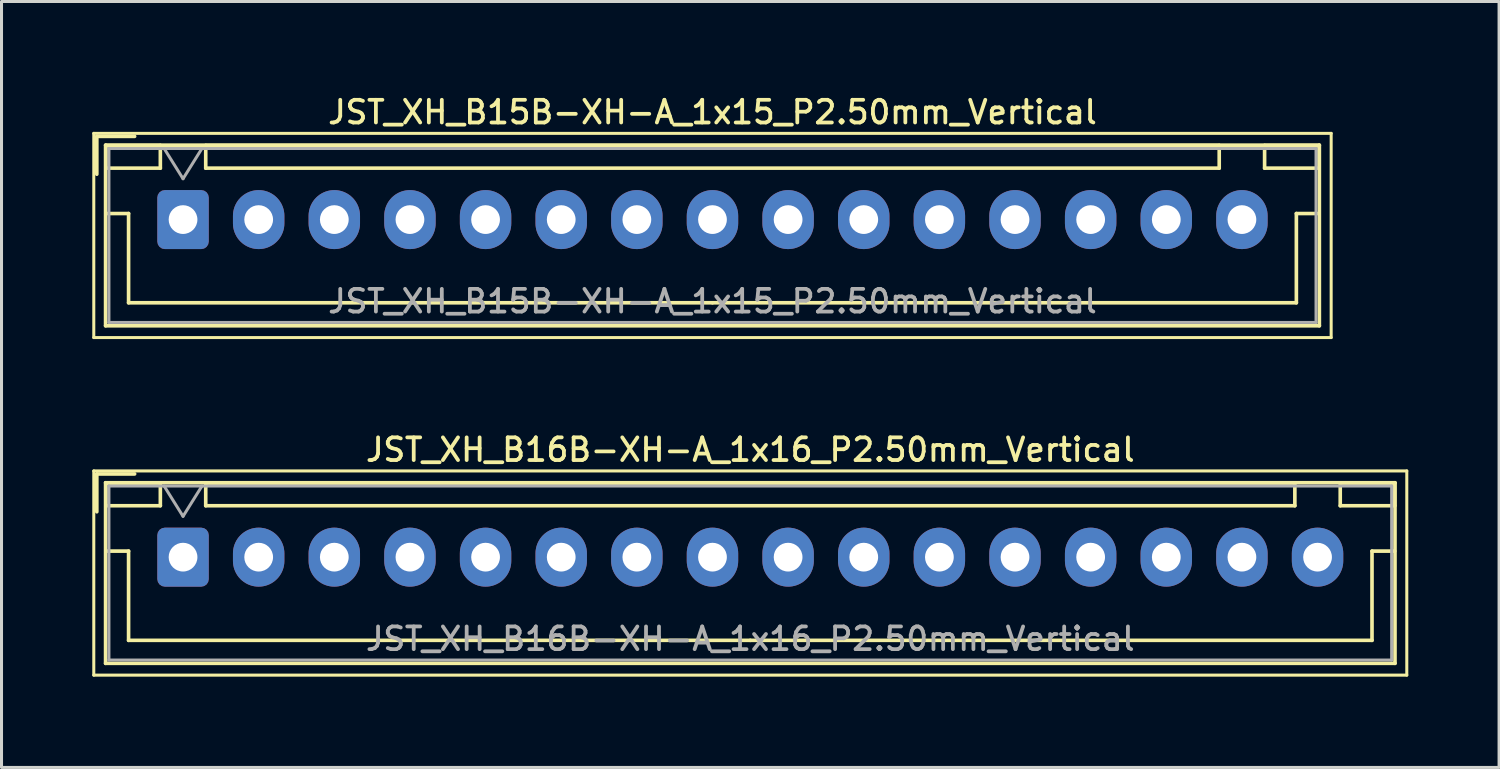
<source format=kicad_pcb>
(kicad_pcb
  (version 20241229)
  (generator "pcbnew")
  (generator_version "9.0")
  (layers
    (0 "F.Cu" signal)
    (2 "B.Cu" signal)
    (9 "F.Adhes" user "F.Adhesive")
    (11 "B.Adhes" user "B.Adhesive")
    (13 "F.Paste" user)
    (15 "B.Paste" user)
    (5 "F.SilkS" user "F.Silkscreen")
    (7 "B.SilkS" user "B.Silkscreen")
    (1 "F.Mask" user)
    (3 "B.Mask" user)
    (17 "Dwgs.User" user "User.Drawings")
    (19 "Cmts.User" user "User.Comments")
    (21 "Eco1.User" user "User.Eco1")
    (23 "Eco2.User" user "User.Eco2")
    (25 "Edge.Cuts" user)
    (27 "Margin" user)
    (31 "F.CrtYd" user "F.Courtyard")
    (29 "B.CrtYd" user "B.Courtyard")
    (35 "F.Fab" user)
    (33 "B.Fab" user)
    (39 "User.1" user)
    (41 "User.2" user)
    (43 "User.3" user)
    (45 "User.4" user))
  (footprint "JST_XH_B16B-XH-A_1x16_P2.50mm_Vertical"
    (layer "F.Cu")
    (at 3 15.366)
    (property "Reference" "JST_XH_B16B-XH-A_1x16_P2.50mm_Vertical" (at 18.75 -3.55 0) (layer "F.SilkS") (effects (font (size 0.75 0.75) (thickness 0.125))))
    (attr through_hole)
    (fp_line (start -2.95 -2.85) (end -2.95 3.9) (stroke (width 0.1) (type solid)) (layer "F.SilkS"))
    (fp_line (start -2.95 3.9) (end 40.45 3.9) (stroke (width 0.1) (type solid)) (layer "F.SilkS"))
    (fp_line (start -2.85 -2.75) (end -2.85 -1.5) (stroke (width 0.12) (type solid)) (layer "F.SilkS"))
    (fp_line (start -2.56 -2.46) (end -2.56 3.51) (stroke (width 0.12) (type solid)) (layer "F.SilkS"))
    (fp_line (start -2.56 3.51) (end 40.06 3.51) (stroke (width 0.12) (type solid)) (layer "F.SilkS"))
    (fp_line (start -2.55 -2.45) (end -2.55 -1.7) (stroke (width 0.12) (type solid)) (layer "F.SilkS"))
    (fp_line (start -2.55 -1.7) (end -0.75 -1.7) (stroke (width 0.12) (type solid)) (layer "F.SilkS"))
    (fp_line (start -2.55 -0.2) (end -1.8 -0.2) (stroke (width 0.12) (type solid)) (layer "F.SilkS"))
    (fp_line (start -1.8 -0.2) (end -1.8 2.75) (stroke (width 0.12) (type solid)) (layer "F.SilkS"))
    (fp_line (start -1.8 2.75) (end 18.75 2.75) (stroke (width 0.12) (type solid)) (layer "F.SilkS"))
    (fp_line (start -1.6 -2.75) (end -2.85 -2.75) (stroke (width 0.12) (type solid)) (layer "F.SilkS"))
    (fp_line (start -0.75 -2.45) (end -2.55 -2.45) (stroke (width 0.12) (type solid)) (layer "F.SilkS"))
    (fp_line (start -0.75 -1.7) (end -0.75 -2.45) (stroke (width 0.12) (type solid)) (layer "F.SilkS"))
    (fp_line (start 0.75 -2.45) (end 0.75 -1.7) (stroke (width 0.12) (type solid)) (layer "F.SilkS"))
    (fp_line (start 0.75 -1.7) (end 36.75 -1.7) (stroke (width 0.12) (type solid)) (layer "F.SilkS"))
    (fp_line (start 36.75 -2.45) (end 0.75 -2.45) (stroke (width 0.12) (type solid)) (layer "F.SilkS"))
    (fp_line (start 36.75 -1.7) (end 36.75 -2.45) (stroke (width 0.12) (type solid)) (layer "F.SilkS"))
    (fp_line (start 38.25 -2.45) (end 38.25 -1.7) (stroke (width 0.12) (type solid)) (layer "F.SilkS"))
    (fp_line (start 38.25 -1.7) (end 40.05 -1.7) (stroke (width 0.12) (type solid)) (layer "F.SilkS"))
    (fp_line (start 39.3 -0.2) (end 39.3 2.75) (stroke (width 0.12) (type solid)) (layer "F.SilkS"))
    (fp_line (start 39.3 2.75) (end 18.75 2.75) (stroke (width 0.12) (type solid)) (layer "F.SilkS"))
    (fp_line (start 40.05 -2.45) (end 38.25 -2.45) (stroke (width 0.12) (type solid)) (layer "F.SilkS"))
    (fp_line (start 40.05 -1.7) (end 40.05 -2.45) (stroke (width 0.12) (type solid)) (layer "F.SilkS"))
    (fp_line (start 40.05 -0.2) (end 39.3 -0.2) (stroke (width 0.12) (type solid)) (layer "F.SilkS"))
    (fp_line (start 40.06 -2.46) (end -2.56 -2.46) (stroke (width 0.12) (type solid)) (layer "F.SilkS"))
    (fp_line (start 40.06 3.51) (end 40.06 -2.46) (stroke (width 0.12) (type solid)) (layer "F.SilkS"))
    (fp_line (start 40.45 -2.85) (end -2.95 -2.85) (stroke (width 0.1) (type solid)) (layer "F.SilkS"))
    (fp_line (start 40.45 3.9) (end 40.45 -2.85) (stroke (width 0.1) (type solid)) (layer "F.SilkS"))
    (fp_line (start -2.45 -2.35) (end -2.45 3.4) (stroke (width 0.1) (type solid)) (layer "F.Fab"))
    (fp_line (start -2.45 3.4) (end 39.95 3.4) (stroke (width 0.1) (type solid)) (layer "F.Fab"))
    (fp_line (start -0.625 -2.35) (end 0 -1.35) (stroke (width 0.1) (type solid)) (layer "F.Fab"))
    (fp_line (start 0 -1.35) (end 0.625 -2.35) (stroke (width 0.1) (type solid)) (layer "F.Fab"))
    (fp_line (start 39.95 -2.35) (end -2.45 -2.35) (stroke (width 0.1) (type solid)) (layer "F.Fab"))
    (fp_line (start 39.95 3.4) (end 39.95 -2.35) (stroke (width 0.1) (type solid)) (layer "F.Fab"))
    (fp_text user "${REFERENCE}" (at 18.75 2.7 0) (layer "F.Fab") (effects (font (size 0.75 0.75) (thickness 0.125))))
    (pad "1" thru_hole roundrect (at 0 0) (size 1.7 1.95) (drill 0.95) (layers "*.Cu" "*.Mask") (roundrect_rratio 0.147))
    (pad "2" thru_hole oval (at 2.5 0) (size 1.7 1.95) (drill 0.95) (layers "*.Cu" "*.Mask"))
    (pad "3" thru_hole oval (at 5 0) (size 1.7 1.95) (drill 0.95) (layers "*.Cu" "*.Mask"))
    (pad "4" thru_hole oval (at 7.5 0) (size 1.7 1.95) (drill 0.95) (layers "*.Cu" "*.Mask"))
    (pad "5" thru_hole oval (at 10 0) (size 1.7 1.95) (drill 0.95) (layers "*.Cu" "*.Mask"))
    (pad "6" thru_hole oval (at 12.5 0) (size 1.7 1.95) (drill 0.95) (layers "*.Cu" "*.Mask"))
    (pad "7" thru_hole oval (at 15 0) (size 1.7 1.95) (drill 0.95) (layers "*.Cu" "*.Mask"))
    (pad "8" thru_hole oval (at 17.5 0) (size 1.7 1.95) (drill 0.95) (layers "*.Cu" "*.Mask"))
    (pad "9" thru_hole oval (at 20 0) (size 1.7 1.95) (drill 0.95) (layers "*.Cu" "*.Mask"))
    (pad "10" thru_hole oval (at 22.5 0) (size 1.7 1.95) (drill 0.95) (layers "*.Cu" "*.Mask"))
    (pad "11" thru_hole oval (at 25 0) (size 1.7 1.95) (drill 0.95) (layers "*.Cu" "*.Mask"))
    (pad "12" thru_hole oval (at 27.5 0) (size 1.7 1.95) (drill 0.95) (layers "*.Cu" "*.Mask"))
    (pad "13" thru_hole oval (at 30 0) (size 1.7 1.95) (drill 0.95) (layers "*.Cu" "*.Mask"))
    (pad "14" thru_hole oval (at 32.5 0) (size 1.7 1.95) (drill 0.95) (layers "*.Cu" "*.Mask"))
    (pad "15" thru_hole oval (at 35 0) (size 1.7 1.95) (drill 0.95) (layers "*.Cu" "*.Mask"))
    (pad "16" thru_hole oval (at 37.5 0) (size 1.7 1.95) (drill 0.95) (layers "*.Cu" "*.Mask")))
  (footprint "JST_XH_B15B-XH-A_1x15_P2.50mm_Vertical"
    (layer "F.Cu")
    (at 3 4.208)
    (property "Reference" "JST_XH_B15B-XH-A_1x15_P2.50mm_Vertical" (at 17.5 -3.55 0) (layer "F.SilkS") (effects (font (size 0.75 0.75) (thickness 0.125))))
    (attr through_hole)
    (fp_line (start -2.95 -2.85) (end -2.95 3.9) (stroke (width 0.1) (type solid)) (layer "F.SilkS"))
    (fp_line (start -2.95 3.9) (end 37.95 3.9) (stroke (width 0.1) (type solid)) (layer "F.SilkS"))
    (fp_line (start -2.85 -2.75) (end -2.85 -1.5) (stroke (width 0.12) (type solid)) (layer "F.SilkS"))
    (fp_line (start -2.56 -2.46) (end -2.56 3.51) (stroke (width 0.12) (type solid)) (layer "F.SilkS"))
    (fp_line (start -2.56 3.51) (end 37.56 3.51) (stroke (width 0.12) (type solid)) (layer "F.SilkS"))
    (fp_line (start -2.55 -2.45) (end -2.55 -1.7) (stroke (width 0.12) (type solid)) (layer "F.SilkS"))
    (fp_line (start -2.55 -1.7) (end -0.75 -1.7) (stroke (width 0.12) (type solid)) (layer "F.SilkS"))
    (fp_line (start -2.55 -0.2) (end -1.8 -0.2) (stroke (width 0.12) (type solid)) (layer "F.SilkS"))
    (fp_line (start -1.8 -0.2) (end -1.8 2.75) (stroke (width 0.12) (type solid)) (layer "F.SilkS"))
    (fp_line (start -1.8 2.75) (end 17.5 2.75) (stroke (width 0.12) (type solid)) (layer "F.SilkS"))
    (fp_line (start -1.6 -2.75) (end -2.85 -2.75) (stroke (width 0.12) (type solid)) (layer "F.SilkS"))
    (fp_line (start -0.75 -2.45) (end -2.55 -2.45) (stroke (width 0.12) (type solid)) (layer "F.SilkS"))
    (fp_line (start -0.75 -1.7) (end -0.75 -2.45) (stroke (width 0.12) (type solid)) (layer "F.SilkS"))
    (fp_line (start 0.75 -2.45) (end 0.75 -1.7) (stroke (width 0.12) (type solid)) (layer "F.SilkS"))
    (fp_line (start 0.75 -1.7) (end 34.25 -1.7) (stroke (width 0.12) (type solid)) (layer "F.SilkS"))
    (fp_line (start 34.25 -2.45) (end 0.75 -2.45) (stroke (width 0.12) (type solid)) (layer "F.SilkS"))
    (fp_line (start 34.25 -1.7) (end 34.25 -2.45) (stroke (width 0.12) (type solid)) (layer "F.SilkS"))
    (fp_line (start 35.75 -2.45) (end 35.75 -1.7) (stroke (width 0.12) (type solid)) (layer "F.SilkS"))
    (fp_line (start 35.75 -1.7) (end 37.55 -1.7) (stroke (width 0.12) (type solid)) (layer "F.SilkS"))
    (fp_line (start 36.8 -0.2) (end 36.8 2.75) (stroke (width 0.12) (type solid)) (layer "F.SilkS"))
    (fp_line (start 36.8 2.75) (end 17.5 2.75) (stroke (width 0.12) (type solid)) (layer "F.SilkS"))
    (fp_line (start 37.55 -2.45) (end 35.75 -2.45) (stroke (width 0.12) (type solid)) (layer "F.SilkS"))
    (fp_line (start 37.55 -1.7) (end 37.55 -2.45) (stroke (width 0.12) (type solid)) (layer "F.SilkS"))
    (fp_line (start 37.55 -0.2) (end 36.8 -0.2) (stroke (width 0.12) (type solid)) (layer "F.SilkS"))
    (fp_line (start 37.56 -2.46) (end -2.56 -2.46) (stroke (width 0.12) (type solid)) (layer "F.SilkS"))
    (fp_line (start 37.56 3.51) (end 37.56 -2.46) (stroke (width 0.12) (type solid)) (layer "F.SilkS"))
    (fp_line (start 37.95 -2.85) (end -2.95 -2.85) (stroke (width 0.1) (type solid)) (layer "F.SilkS"))
    (fp_line (start 37.95 3.9) (end 37.95 -2.85) (stroke (width 0.1) (type solid)) (layer "F.SilkS"))
    (fp_line (start -2.45 -2.35) (end -2.45 3.4) (stroke (width 0.1) (type solid)) (layer "F.Fab"))
    (fp_line (start -2.45 3.4) (end 37.45 3.4) (stroke (width 0.1) (type solid)) (layer "F.Fab"))
    (fp_line (start -0.625 -2.35) (end 0 -1.35) (stroke (width 0.1) (type solid)) (layer "F.Fab"))
    (fp_line (start 0 -1.35) (end 0.625 -2.35) (stroke (width 0.1) (type solid)) (layer "F.Fab"))
    (fp_line (start 37.45 -2.35) (end -2.45 -2.35) (stroke (width 0.1) (type solid)) (layer "F.Fab"))
    (fp_line (start 37.45 3.4) (end 37.45 -2.35) (stroke (width 0.1) (type solid)) (layer "F.Fab"))
    (fp_text user "${REFERENCE}" (at 17.5 2.7 0) (layer "F.Fab") (effects (font (size 0.75 0.75) (thickness 0.125))))
    (pad "1" thru_hole roundrect (at 0 0) (size 1.7 1.95) (drill 0.95) (layers "*.Cu" "*.Mask") (roundrect_rratio 0.147))
    (pad "2" thru_hole oval (at 2.5 0) (size 1.7 1.95) (drill 0.95) (layers "*.Cu" "*.Mask"))
    (pad "3" thru_hole oval (at 5 0) (size 1.7 1.95) (drill 0.95) (layers "*.Cu" "*.Mask"))
    (pad "4" thru_hole oval (at 7.5 0) (size 1.7 1.95) (drill 0.95) (layers "*.Cu" "*.Mask"))
    (pad "5" thru_hole oval (at 10 0) (size 1.7 1.95) (drill 0.95) (layers "*.Cu" "*.Mask"))
    (pad "6" thru_hole oval (at 12.5 0) (size 1.7 1.95) (drill 0.95) (layers "*.Cu" "*.Mask"))
    (pad "7" thru_hole oval (at 15 0) (size 1.7 1.95) (drill 0.95) (layers "*.Cu" "*.Mask"))
    (pad "8" thru_hole oval (at 17.5 0) (size 1.7 1.95) (drill 0.95) (layers "*.Cu" "*.Mask"))
    (pad "9" thru_hole oval (at 20 0) (size 1.7 1.95) (drill 0.95) (layers "*.Cu" "*.Mask"))
    (pad "10" thru_hole oval (at 22.5 0) (size 1.7 1.95) (drill 0.95) (layers "*.Cu" "*.Mask"))
    (pad "11" thru_hole oval (at 25 0) (size 1.7 1.95) (drill 0.95) (layers "*.Cu" "*.Mask"))
    (pad "12" thru_hole oval (at 27.5 0) (size 1.7 1.95) (drill 0.95) (layers "*.Cu" "*.Mask"))
    (pad "13" thru_hole oval (at 30 0) (size 1.7 1.95) (drill 0.95) (layers "*.Cu" "*.Mask"))
    (pad "14" thru_hole oval (at 32.5 0) (size 1.7 1.95) (drill 0.95) (layers "*.Cu" "*.Mask"))
    (pad "15" thru_hole oval (at 35 0) (size 1.7 1.95) (drill 0.95) (layers "*.Cu" "*.Mask")))
  (gr_rect
    (start -3 -3)
    (end 46.5 22.316)
    (stroke (width 0.1) (type default))
    (fill no)
    (layer "Edge.Cuts")))
</source>
